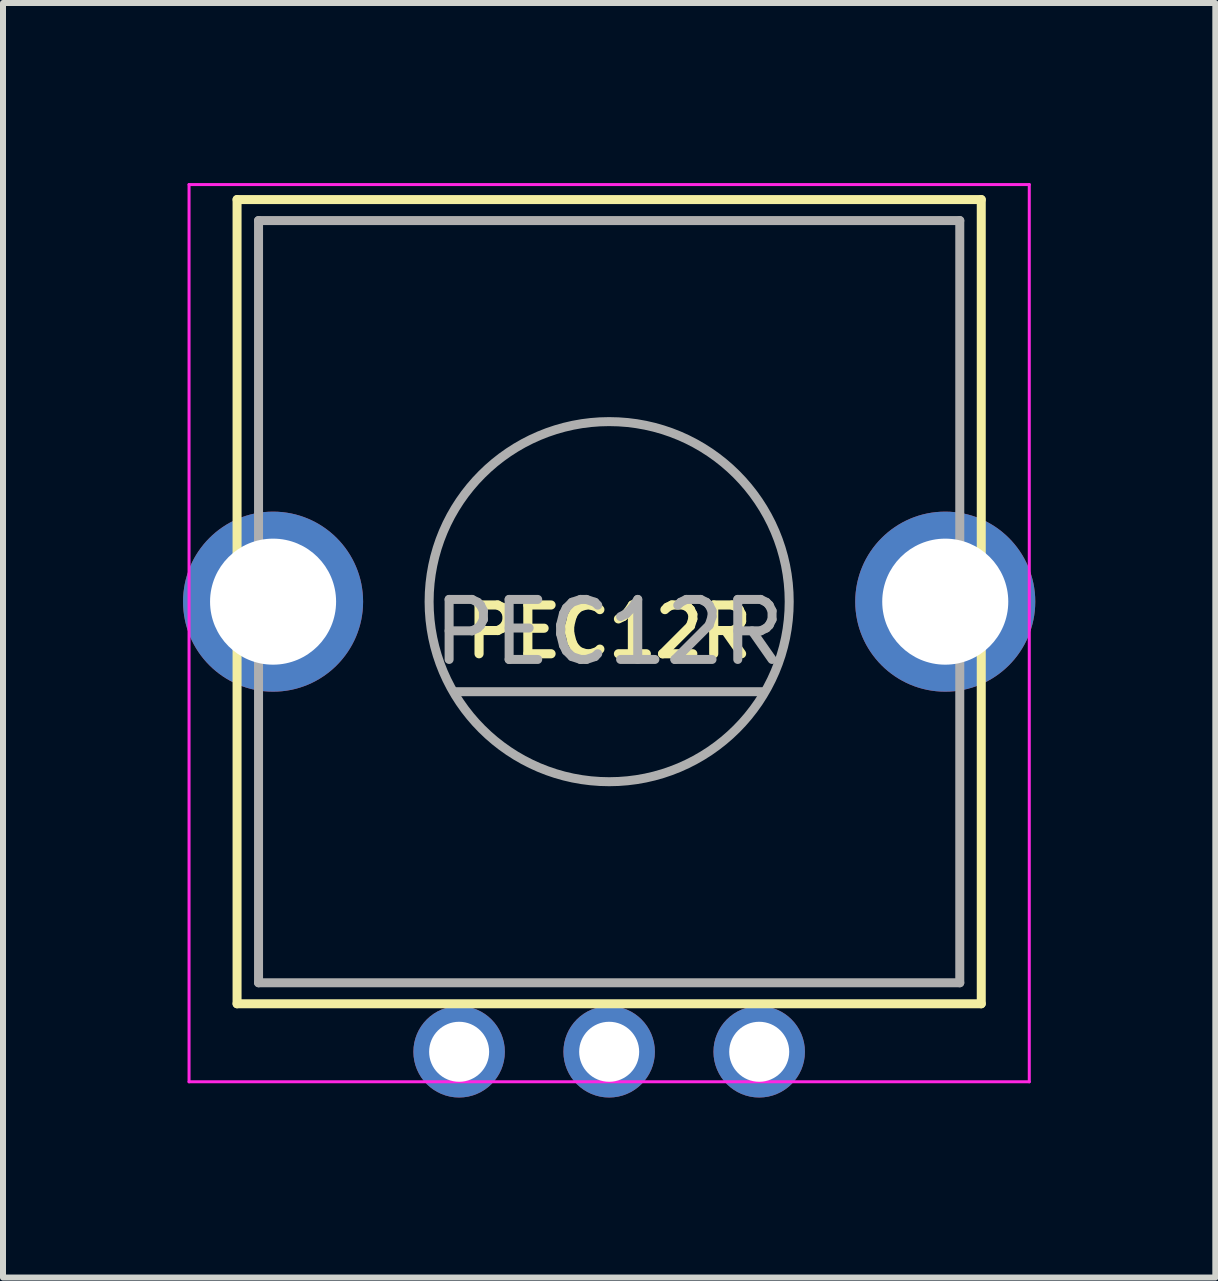
<source format=kicad_pcb>
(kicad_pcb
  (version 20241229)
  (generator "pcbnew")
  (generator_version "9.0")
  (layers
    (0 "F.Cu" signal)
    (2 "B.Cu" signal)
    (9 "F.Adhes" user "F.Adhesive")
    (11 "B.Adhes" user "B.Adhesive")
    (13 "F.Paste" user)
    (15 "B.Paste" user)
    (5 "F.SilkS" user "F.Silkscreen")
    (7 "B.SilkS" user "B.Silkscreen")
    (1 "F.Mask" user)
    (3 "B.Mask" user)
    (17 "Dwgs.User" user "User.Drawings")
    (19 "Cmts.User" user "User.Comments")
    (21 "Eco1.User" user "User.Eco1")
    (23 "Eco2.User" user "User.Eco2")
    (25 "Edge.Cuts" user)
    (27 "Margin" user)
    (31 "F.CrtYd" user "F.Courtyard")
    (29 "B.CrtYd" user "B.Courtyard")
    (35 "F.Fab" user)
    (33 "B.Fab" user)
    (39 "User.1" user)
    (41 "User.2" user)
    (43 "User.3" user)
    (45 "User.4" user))
  (footprint "PEC12R"
    (layer "F.Cu")
    (at 7.1 6.975)
    (property "Reference" "PEC12R" (at 0 0.5 0) (layer "F.SilkS") (effects (font (size 0.813 0.813) (thickness 0.152))))
    (attr through_hole)
    (fp_line (start -6.2 -6.7) (end -6.2 6.7) (stroke (width 0.15) (type solid)) (layer "F.SilkS"))
    (fp_line (start -6.2 -6.7) (end 6.2 -6.7) (stroke (width 0.15) (type solid)) (layer "F.SilkS"))
    (fp_line (start -6.2 6.7) (end 6.2 6.7) (stroke (width 0.15) (type solid)) (layer "F.SilkS"))
    (fp_line (start 6.2 -6.7) (end 6.2 6.7) (stroke (width 0.15) (type solid)) (layer "F.SilkS"))
    (fp_line (start -7 -6.95) (end 7 -6.95) (stroke (width 0.05) (type solid)) (layer "F.CrtYd"))
    (fp_line (start -7 8) (end -7 -6.95) (stroke (width 0.05) (type solid)) (layer "F.CrtYd"))
    (fp_line (start 7 -6.95) (end 7 8) (stroke (width 0.05) (type solid)) (layer "F.CrtYd"))
    (fp_line (start 7 8) (end -7 8) (stroke (width 0.05) (type solid)) (layer "F.CrtYd"))
    (fp_line (start -5.842 -6.35) (end 5.842 -6.35) (stroke (width 0.15) (type solid)) (layer "F.Fab"))
    (fp_line (start -5.842 6.35) (end -5.842 -6.35) (stroke (width 0.15) (type solid)) (layer "F.Fab"))
    (fp_line (start -2.54 1.5) (end 2.54 1.5) (stroke (width 0.15) (type solid)) (layer "F.Fab"))
    (fp_line (start 5.842 -6.35) (end 5.842 6.35) (stroke (width 0.15) (type solid)) (layer "F.Fab"))
    (fp_line (start 5.842 6.35) (end -5.842 6.35) (stroke (width 0.15) (type solid)) (layer "F.Fab"))
    (fp_circle (center 0 0) (end 3 0) (stroke (width 0.15) (type solid)) (fill no) (layer "F.Fab"))
    (fp_text user "${REFERENCE}" (at 0 0.508 0) (layer "F.Fab") (effects (font (size 1 1) (thickness 0.15))))
    (pad "0" thru_hole circle (at -5.6 0) (size 3 3) (drill 2.1) (layers "*.Cu" "*.Mask"))
    (pad "0" thru_hole circle (at 5.6 0) (size 3 3) (drill 2.1) (layers "*.Cu" "*.Mask"))
    (pad "1" thru_hole circle (at -2.5 7.5) (size 1.524 1.524) (drill 1) (layers "*.Cu" "*.Mask"))
    (pad "2" thru_hole circle (at 0 7.5) (size 1.524 1.524) (drill 1) (layers "*.Cu" "*.Mask"))
    (pad "3" thru_hole circle (at 2.5 7.5) (size 1.524 1.524) (drill 1) (layers "*.Cu" "*.Mask")))
  (gr_rect
    (start -3 -3)
    (end 17.2 18.237)
    (stroke (width 0.1) (type default))
    (fill no)
    (layer "Edge.Cuts")))
</source>
